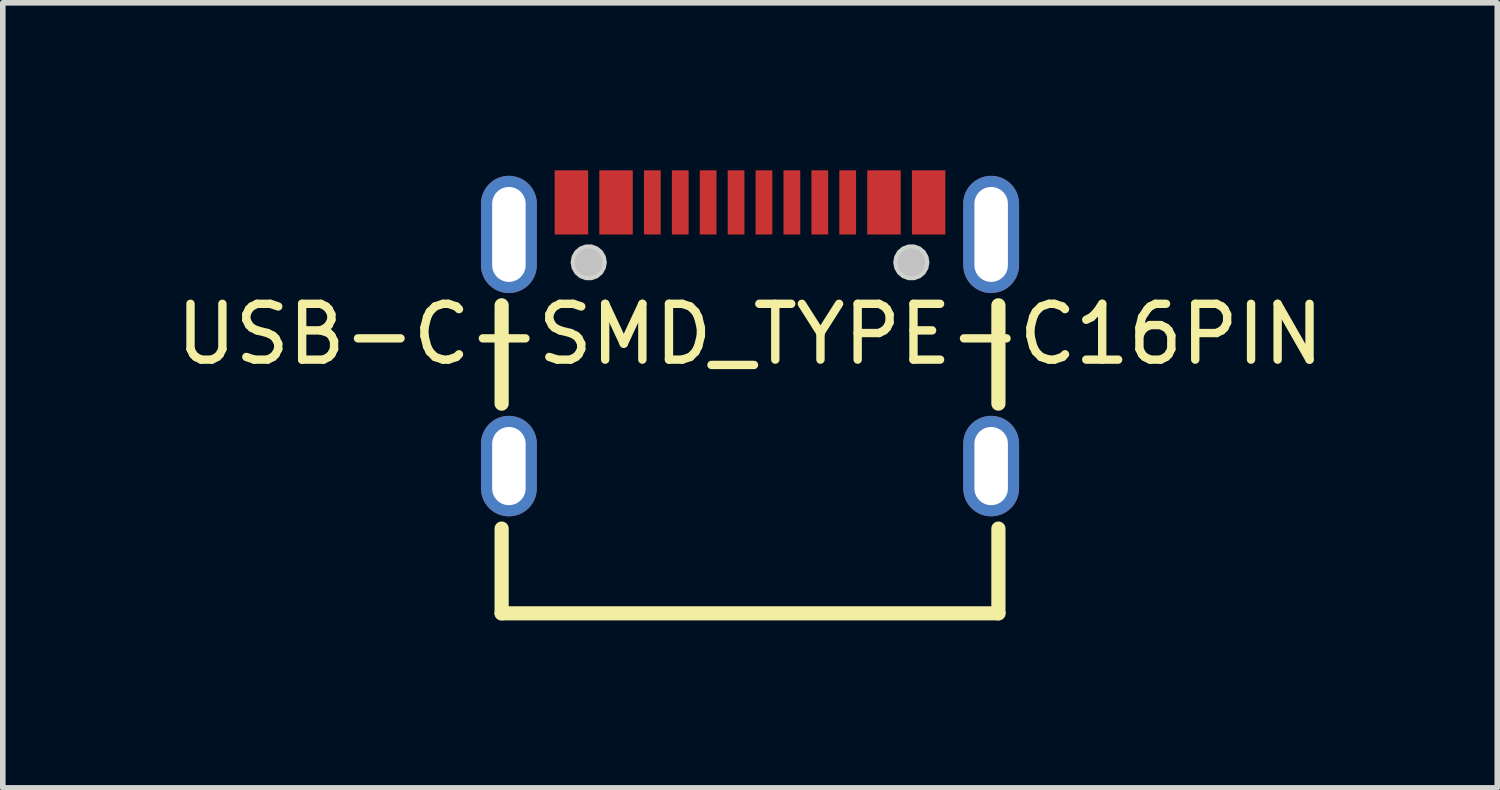
<source format=kicad_pcb>
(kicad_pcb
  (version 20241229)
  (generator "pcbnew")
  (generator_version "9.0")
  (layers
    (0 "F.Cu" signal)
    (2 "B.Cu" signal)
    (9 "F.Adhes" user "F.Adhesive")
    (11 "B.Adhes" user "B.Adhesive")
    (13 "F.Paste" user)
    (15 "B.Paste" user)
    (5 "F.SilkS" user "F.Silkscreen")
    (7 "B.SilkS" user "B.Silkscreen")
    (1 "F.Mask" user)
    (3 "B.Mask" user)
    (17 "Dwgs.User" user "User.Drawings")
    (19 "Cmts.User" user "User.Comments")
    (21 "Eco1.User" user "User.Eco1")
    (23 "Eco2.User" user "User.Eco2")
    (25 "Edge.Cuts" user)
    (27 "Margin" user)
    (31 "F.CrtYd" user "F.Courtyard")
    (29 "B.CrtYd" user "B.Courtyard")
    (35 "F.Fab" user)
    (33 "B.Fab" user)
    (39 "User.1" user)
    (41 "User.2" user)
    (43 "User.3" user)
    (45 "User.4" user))
  (footprint "USB-C-SMD_TYPE-C16PIN"
    (layer "F.Cu")
    (at 10.387 2.938)
    (property "Reference" "USB-C-SMD_TYPE-C16PIN" (at 0 0 0) (layer "F.SilkS") (effects (font (size 1 1) (thickness 0.15))))
    (fp_line (start -4.45 -0.518) (end -4.45 1.243) (stroke (width 0.254) (type default)) (layer "F.SilkS"))
    (fp_line (start -4.45 3.482) (end -4.45 5) (stroke (width 0.254) (type default)) (layer "F.SilkS"))
    (fp_line (start -4.45 5) (end 4.45 5) (stroke (width 0.254) (type default)) (layer "F.SilkS"))
    (fp_line (start 4.45 1.243) (end 4.45 -0.518) (stroke (width 0.254) (type default)) (layer "F.SilkS"))
    (fp_line (start 4.45 5) (end 4.45 3.482) (stroke (width 0.254) (type default)) (layer "F.SilkS"))
    (fp_poly (pts (xy -3.5 -2.938) (xy -2.9 -2.938) (xy -2.9 -1.788) (xy -3.5 -1.788)) (stroke (width 0) (type default)) (fill yes) (layer "F.Paste"))
    (fp_poly (pts (xy -2.7 -2.938) (xy -2.1 -2.938) (xy -2.1 -1.788) (xy -2.7 -1.788)) (stroke (width 0) (type default)) (fill yes) (layer "F.Paste"))
    (fp_poly (pts (xy -1.9 -2.938) (xy -1.6 -2.938) (xy -1.6 -1.788) (xy -1.9 -1.788)) (stroke (width 0) (type default)) (fill yes) (layer "F.Paste"))
    (fp_poly (pts (xy -1.4 -2.938) (xy -1.1 -2.938) (xy -1.1 -1.788) (xy -1.4 -1.788)) (stroke (width 0) (type default)) (fill yes) (layer "F.Paste"))
    (fp_poly (pts (xy -0.9 -2.938) (xy -0.6 -2.938) (xy -0.6 -1.788) (xy -0.9 -1.788)) (stroke (width 0) (type default)) (fill yes) (layer "F.Paste"))
    (fp_poly (pts (xy -0.4 -2.938) (xy -0.1 -2.938) (xy -0.1 -1.788) (xy -0.4 -1.788)) (stroke (width 0) (type default)) (fill yes) (layer "F.Paste"))
    (fp_poly (pts (xy 0.1 -2.938) (xy 0.4 -2.938) (xy 0.4 -1.788) (xy 0.1 -1.788)) (stroke (width 0) (type default)) (fill yes) (layer "F.Paste"))
    (fp_poly (pts (xy 0.6 -2.938) (xy 0.9 -2.938) (xy 0.9 -1.788) (xy 0.6 -1.788)) (stroke (width 0) (type default)) (fill yes) (layer "F.Paste"))
    (fp_poly (pts (xy 1.1 -2.938) (xy 1.4 -2.938) (xy 1.4 -1.788) (xy 1.1 -1.788)) (stroke (width 0) (type default)) (fill yes) (layer "F.Paste"))
    (fp_poly (pts (xy 1.6 -2.938) (xy 1.9 -2.938) (xy 1.9 -1.788) (xy 1.6 -1.788)) (stroke (width 0) (type default)) (fill yes) (layer "F.Paste"))
    (fp_poly (pts (xy 2.1 -2.938) (xy 2.7 -2.938) (xy 2.7 -1.788) (xy 2.1 -1.788)) (stroke (width 0) (type default)) (fill yes) (layer "F.Paste"))
    (fp_poly (pts (xy 2.9 -2.938) (xy 3.5 -2.938) (xy 3.5 -1.788) (xy 2.9 -1.788)) (stroke (width 0) (type default)) (fill yes) (layer "F.Paste"))
    (fp_poly (pts (arc (start -4.82 -2.3375) (mid -4.32 -2.8375) (end -3.82 -2.3375)) (arc (start -3.82 -1.2375) (mid -4.32 -0.7375) (end -4.82 -1.2375))) (stroke (width 0) (type default)) (fill yes) (layer "F.Paste"))
    (fp_poly (pts (arc (start -4.82 1.9625) (mid -4.32 1.4625) (end -3.82 1.9625)) (arc (start -3.82 2.7625) (mid -4.32 3.2625) (end -4.82 2.7625))) (stroke (width 0) (type default)) (fill yes) (layer "F.Paste"))
    (fp_poly (pts (arc (start 3.82 -2.3375) (mid 4.32 -2.8375) (end 4.82 -2.3375)) (arc (start 4.82 -1.2375) (mid 4.32 -0.7375) (end 3.82 -1.2375))) (stroke (width 0) (type default)) (fill yes) (layer "F.Paste"))
    (fp_poly (pts (arc (start 3.82 1.9625) (mid 4.32 1.4625) (end 4.82 1.9625)) (arc (start 4.82 2.7625) (mid 4.32 3.2625) (end 3.82 2.7625))) (stroke (width 0) (type default)) (fill yes) (layer "F.Paste"))
    (fp_circle (center -2.89 -1.288) (end -2.765 -1.288) (stroke (width 0.25) (type default)) (fill no) (layer "Dwgs.User"))
    (fp_circle (center 2.89 -1.288) (end 3.015 -1.288) (stroke (width 0.25) (type default)) (fill no) (layer "Dwgs.User"))
    (fp_poly (pts (xy -2.565 -1.288) (xy -2.585 -1.399) (xy -2.641 -1.497) (xy -2.728 -1.569) (xy -2.834 -1.608) (xy -2.946 -1.608) (xy -3.053 -1.569) (xy -3.139 -1.497) (xy -3.195 -1.399) (xy -3.215 -1.288) (xy -3.195 -1.177) (xy -3.139 -1.079) (xy -3.053 -1.007) (xy -2.946 -0.968) (xy -2.834 -0.968) (xy -2.728 -1.007) (xy -2.641 -1.079) (xy -2.585 -1.177)) (stroke (width 0) (type default)) (fill yes) (layer "Edge.Cuts"))
    (fp_poly (pts (xy 3.215 -1.288) (xy 3.195 -1.399) (xy 3.139 -1.497) (xy 3.053 -1.569) (xy 2.946 -1.608) (xy 2.834 -1.608) (xy 2.728 -1.569) (xy 2.641 -1.497) (xy 2.585 -1.399) (xy 2.565 -1.288) (xy 2.585 -1.177) (xy 2.641 -1.079) (xy 2.728 -1.007) (xy 2.834 -0.968) (xy 2.946 -0.968) (xy 3.053 -1.007) (xy 3.139 -1.079) (xy 3.195 -1.177)) (stroke (width 0) (type default)) (fill yes) (layer "Edge.Cuts"))
    (fp_poly (pts (xy -4.47 -2.337) (xy -4.17 -2.337) (xy -4.17 -1.238) (xy -4.47 -1.238)) (stroke (width 0.1) (type default)) (fill no) (layer "User.1"))
    (fp_poly (pts (xy -4.47 1.962) (xy -4.17 1.962) (xy -4.17 2.763) (xy -4.47 2.763)) (stroke (width 0.1) (type default)) (fill no) (layer "User.1"))
    (fp_poly (pts (xy -3.4 -2.803) (xy -3 -2.803) (xy -3 -2.103) (xy -3.4 -2.103)) (stroke (width 0.1) (type default)) (fill no) (layer "User.1"))
    (fp_poly (pts (xy -2.6 -2.803) (xy -2.2 -2.803) (xy -2.2 -2.103) (xy -2.6 -2.103)) (stroke (width 0.1) (type default)) (fill no) (layer "User.1"))
    (fp_poly (pts (xy -1.85 -2.803) (xy -1.65 -2.803) (xy -1.65 -2.103) (xy -1.85 -2.103)) (stroke (width 0.1) (type default)) (fill no) (layer "User.1"))
    (fp_poly (pts (xy -1.35 -2.803) (xy -1.15 -2.803) (xy -1.15 -2.103) (xy -1.35 -2.103)) (stroke (width 0.1) (type default)) (fill no) (layer "User.1"))
    (fp_poly (pts (xy -0.85 -2.803) (xy -0.65 -2.803) (xy -0.65 -2.103) (xy -0.85 -2.103)) (stroke (width 0.1) (type default)) (fill no) (layer "User.1"))
    (fp_poly (pts (xy -0.35 -2.803) (xy -0.15 -2.803) (xy -0.15 -2.103) (xy -0.35 -2.103)) (stroke (width 0.1) (type default)) (fill no) (layer "User.1"))
    (fp_poly (pts (xy 0.15 -2.803) (xy 0.35 -2.803) (xy 0.35 -2.103) (xy 0.15 -2.103)) (stroke (width 0.1) (type default)) (fill no) (layer "User.1"))
    (fp_poly (pts (xy 0.65 -2.803) (xy 0.85 -2.803) (xy 0.85 -2.103) (xy 0.65 -2.103)) (stroke (width 0.1) (type default)) (fill no) (layer "User.1"))
    (fp_poly (pts (xy 1.15 -2.803) (xy 1.35 -2.803) (xy 1.35 -2.103) (xy 1.15 -2.103)) (stroke (width 0.1) (type default)) (fill no) (layer "User.1"))
    (fp_poly (pts (xy 1.65 -2.803) (xy 1.85 -2.803) (xy 1.85 -2.103) (xy 1.65 -2.103)) (stroke (width 0.1) (type default)) (fill no) (layer "User.1"))
    (fp_poly (pts (xy 2.2 -2.803) (xy 2.6 -2.803) (xy 2.6 -2.103) (xy 2.2 -2.103)) (stroke (width 0.1) (type default)) (fill no) (layer "User.1"))
    (fp_poly (pts (xy 3 -2.803) (xy 3.4 -2.803) (xy 3.4 -2.103) (xy 3 -2.103)) (stroke (width 0.1) (type default)) (fill no) (layer "User.1"))
    (fp_poly (pts (xy 4.17 -2.337) (xy 4.47 -2.337) (xy 4.47 -1.238) (xy 4.17 -1.238)) (stroke (width 0.1) (type default)) (fill no) (layer "User.1"))
    (fp_poly (pts (xy 4.17 1.962) (xy 4.47 1.962) (xy 4.47 2.763) (xy 4.17 2.763)) (stroke (width 0.1) (type default)) (fill no) (layer "User.1"))
    (fp_line (start -4.47 -2.338) (end 4.47 -2.338) (stroke (width 0.051) (type default)) (layer "User.2"))
    (fp_line (start -4.47 5.012) (end -4.47 -2.338) (stroke (width 0.051) (type default)) (layer "User.2"))
    (fp_line (start 4.47 -2.338) (end 4.47 5.012) (stroke (width 0.051) (type default)) (layer "User.2"))
    (fp_line (start 4.47 5.012) (end -4.47 5.012) (stroke (width 0.051) (type default)) (layer "User.2"))
    (fp_poly (pts (xy -4.41 -2.803) (xy -4.428 -2.845) (xy -4.47 -2.862) (xy -4.512 -2.845) (xy -4.53 -2.803) (xy -4.512 -2.76) (xy -4.47 -2.743) (xy -4.428 -2.76)) (stroke (width 0.1) (type default)) (fill no) (layer "User.3"))
    (pad "1" thru_hole oval (at -4.32 -1.788) (size 1 2.1) (drill oval 0.6 1.7) (layers "*.Cu" "*.Mask"))
    (pad "2" thru_hole oval (at 4.32 -1.788) (size 1 2.1) (drill oval 0.6 1.7) (layers "*.Cu" "*.Mask"))
    (pad "3" thru_hole oval (at -4.32 2.362) (size 1 1.8) (drill oval 0.6 1.4) (layers "*.Cu" "*.Mask"))
    (pad "4" thru_hole oval (at 4.32 2.362) (size 1 1.8) (drill oval 0.6 1.4) (layers "*.Cu" "*.Mask"))
    (pad "A1B12" smd rect (at -3.2 -2.362) (size 0.6 1.15) (layers "F.Cu" "F.Mask" "F.Paste"))
    (pad "A4B9" smd rect (at -2.4 -2.362) (size 0.6 1.15) (layers "F.Cu" "F.Mask" "F.Paste"))
    (pad "A5" smd rect (at -1.25 -2.362) (size 0.3 1.15) (layers "F.Cu" "F.Mask" "F.Paste"))
    (pad "A6" smd rect (at -0.25 -2.362) (size 0.3 1.15) (layers "F.Cu" "F.Mask" "F.Paste"))
    (pad "A7" smd rect (at 0.25 -2.362) (size 0.3 1.15) (layers "F.Cu" "F.Mask" "F.Paste"))
    (pad "A8" smd rect (at -1.75 -2.362) (size 0.3 1.15) (layers "F.Cu" "F.Mask" "F.Paste"))
    (pad "B1A12" smd rect (at 3.2 -2.362) (size 0.6 1.15) (layers "F.Cu" "F.Mask" "F.Paste"))
    (pad "B4A9" smd rect (at 2.4 -2.362) (size 0.6 1.15) (layers "F.Cu" "F.Mask" "F.Paste"))
    (pad "B5" smd rect (at 1.75 -2.362) (size 0.3 1.15) (layers "F.Cu" "F.Mask" "F.Paste"))
    (pad "B6" smd rect (at 0.75 -2.362) (size 0.3 1.15) (layers "F.Cu" "F.Mask" "F.Paste"))
    (pad "B7" smd rect (at -0.75 -2.362) (size 0.3 1.15) (layers "F.Cu" "F.Mask" "F.Paste"))
    (pad "B8" smd rect (at 1.25 -2.362) (size 0.3 1.15) (layers "F.Cu" "F.Mask" "F.Paste")))
  (gr_rect
    (start -3 -3)
    (end 23.774 11.065)
    (stroke (width 0.1) (type default))
    (fill no)
    (layer "Edge.Cuts")))
</source>
